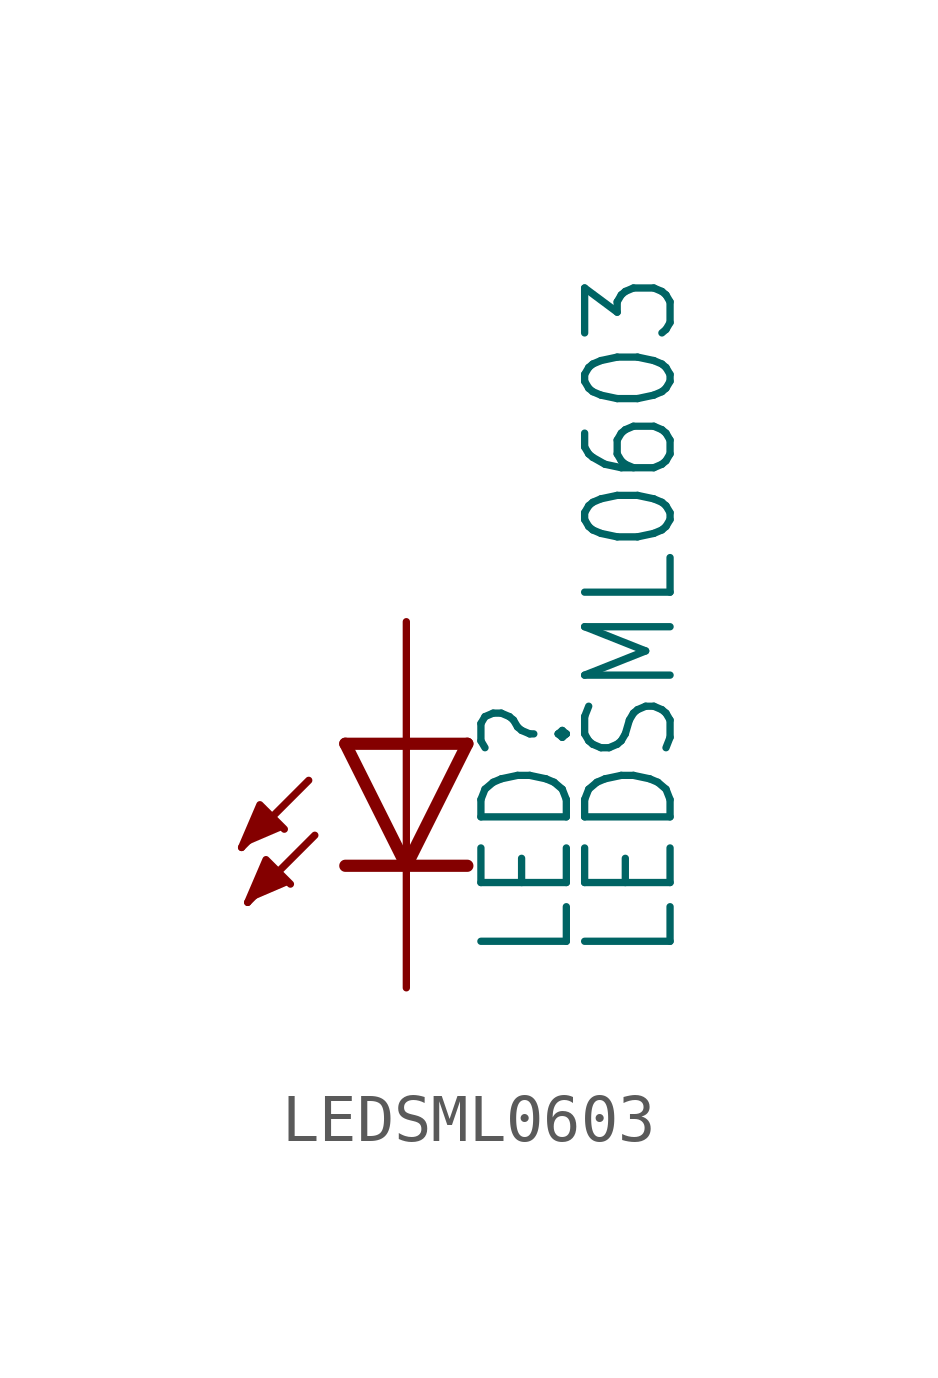
<source format=kicad_sym>
(kicad_symbol_lib
  (version 20201005)
  (generator kicad_symbol_editor)
  (symbol "LEDSML0603"
    (property "Reference" "LED"
      (at 3.556 -4.572 90)
      (effects (font (size 1.778 1.511)) (justify left bottom)))
    (property "Value" "LEDSML0603"
      (at 5.715 -4.572 90)
      (effects (font (size 1.778 1.511)) (justify left bottom)))
    (property "ki_locked" ""
      (at 0 0 0)
      (effects (font (size 1.27 1.27))))
    (symbol "LEDSML0603_1_0"
      (polyline (pts (xy 1.27 0) (xy 0 -2.54)) (stroke (width 0.254)) (fill (type none)))
      (polyline (pts (xy 0 -2.54) (xy -1.27 0)) (stroke (width 0.254)) (fill (type none)))
      (polyline (pts (xy 1.27 -2.54) (xy 0 -2.54)) (stroke (width 0.254)) (fill (type none)))
      (polyline (pts (xy 0 -2.54) (xy -1.27 -2.54)) (stroke (width 0.254)) (fill (type none)))
      (polyline (pts (xy 1.27 0) (xy 0 0)) (stroke (width 0.254)) (fill (type none)))
      (polyline (pts (xy 0 0) (xy -1.27 0)) (stroke (width 0.254)) (fill (type none)))
      (polyline (pts (xy 0 0) (xy 0 -2.54)) (stroke (width 0.152)) (fill (type none)))
      (polyline (pts (xy -2.032 -0.762) (xy -3.429 -2.159)) (stroke (width 0.152)) (fill (type none)))
      (polyline (pts (xy -1.905 -1.905) (xy -3.302 -3.302)) (stroke (width 0.152)) (fill (type none)))
      (polyline (pts (xy -3.429 -2.159) (xy -3.048 -1.27) (xy -2.54 -1.778)) (stroke (width 0)) (fill (type outline)))
      (polyline (pts (xy -3.302 -3.302) (xy -2.921 -2.413) (xy -2.413 -2.921)) (stroke (width 0)) (fill (type outline)))
      (pin passive line (at 0 -5.08 90) (length 2.54) (name "C" (effects (font (size 0 0)))) (number "C" (effects (font (size 0 0)))))
      (pin passive line (at 0 2.54 270) (length 2.54) (name "A" (effects (font (size 0 0)))) (number "A" (effects (font (size 0 0))))))))
</source>
